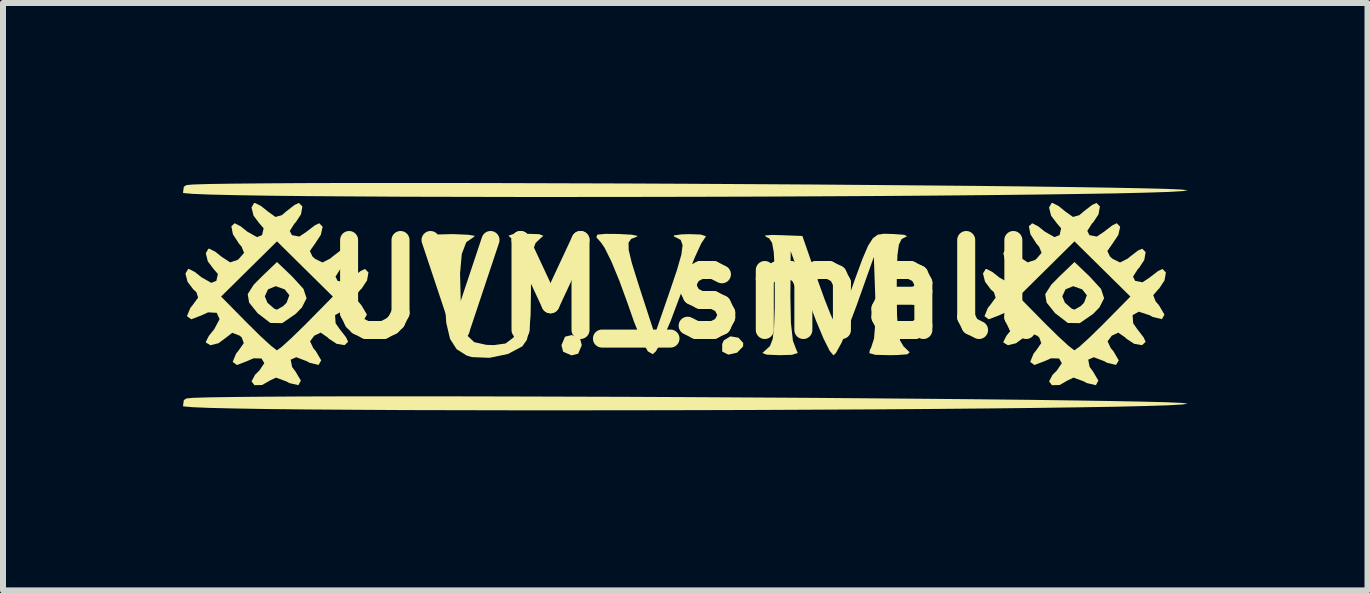
<source format=kicad_pcb>
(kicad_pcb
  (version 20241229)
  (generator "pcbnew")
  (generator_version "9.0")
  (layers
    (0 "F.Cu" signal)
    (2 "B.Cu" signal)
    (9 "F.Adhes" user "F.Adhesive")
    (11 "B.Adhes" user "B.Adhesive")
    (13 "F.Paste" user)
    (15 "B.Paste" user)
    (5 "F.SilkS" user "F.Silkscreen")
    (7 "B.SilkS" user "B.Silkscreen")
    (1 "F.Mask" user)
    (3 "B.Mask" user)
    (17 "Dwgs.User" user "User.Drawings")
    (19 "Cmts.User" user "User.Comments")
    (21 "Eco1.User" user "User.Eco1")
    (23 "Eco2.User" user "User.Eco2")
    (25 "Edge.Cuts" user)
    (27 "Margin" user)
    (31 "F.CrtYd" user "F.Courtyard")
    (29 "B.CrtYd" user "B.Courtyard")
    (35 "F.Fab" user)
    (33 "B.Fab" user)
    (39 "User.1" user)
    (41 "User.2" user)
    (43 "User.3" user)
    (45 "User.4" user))
  (footprint "UVM_small"
    (layer "F.Cu")
    (at 8.34 1.772)
    (property "Reference" "UVM_small" (at 0 0 0) (layer "F.SilkS") (effects (font (size 1.5 1.5) (thickness 0.3))))
    (attr board_only exclude_from_pos_files exclude_from_bom)
    (fp_poly (pts (xy -1.721 0.822) (xy -1.693 0.931) (xy -1.753 1.073) (xy -1.863 1.101) (xy -2.004 1.041) (xy -2.032 0.931) (xy -1.972 0.79) (xy -1.863 0.762)) (stroke (width 0) (type solid)) (fill yes) (layer "F.SilkS"))
    (fp_poly (pts (xy 0.919 0.807) (xy 0.998 0.895) (xy 0.995 0.953) (xy 0.896 1.056) (xy 0.749 1.089) (xy 0.648 1.038) (xy 0.647 0.911) (xy 0.674 0.851) (xy 0.785 0.784)) (stroke (width 0) (type solid)) (fill yes) (layer "F.SilkS"))
    (fp_poly (pts (xy -6.519 -0.212) (xy -6.332 -0.007) (xy -6.28 0.149) (xy -6.358 0.303) (xy -6.461 0.409) (xy -6.686 0.564) (xy -6.884 0.561) (xy -7.094 0.4) (xy -7.097 0.397) (xy -7.238 0.221) (xy -7.255 0.117) (xy -6.976 0.117) (xy -6.933 0.223) (xy -6.819 0.323) (xy -6.773 0.339) (xy -6.671 0.281) (xy -6.613 0.223) (xy -6.567 0.099) (xy -6.645 0.001) (xy -6.795 -0.052) (xy -6.923 0.001) (xy -6.976 0.117) (xy -7.255 0.117) (xy -7.261 0.08) (xy -7.16 -0.078) (xy -7.027 -0.212) (xy -6.773 -0.455)) (stroke (width 0) (type solid)) (fill yes) (layer "F.SilkS"))
    (fp_poly (pts (xy 6.773 -0.212) (xy 6.961 -0.007) (xy 7.013 0.149) (xy 6.934 0.303) (xy 6.831 0.409) (xy 6.607 0.564) (xy 6.408 0.561) (xy 6.199 0.4) (xy 6.195 0.397) (xy 6.054 0.221) (xy 6.037 0.117) (xy 6.316 0.117) (xy 6.359 0.223) (xy 6.474 0.323) (xy 6.519 0.339) (xy 6.622 0.281) (xy 6.679 0.223) (xy 6.725 0.099) (xy 6.647 0.001) (xy 6.498 -0.052) (xy 6.369 0.001) (xy 6.316 0.117) (xy 6.037 0.117) (xy 6.032 0.08) (xy 6.133 -0.078) (xy 6.265 -0.212) (xy 6.519 -0.455)) (stroke (width 0) (type solid)) (fill yes) (layer "F.SilkS"))
    (fp_poly (pts (xy -1.079 -0.922) (xy -0.862 -0.91) (xy -0.763 -0.89) (xy -0.783 -0.873) (xy -0.87 -0.84) (xy -0.914 -0.777) (xy -0.911 -0.654) (xy -0.86 -0.442) (xy -0.757 -0.111) (xy -0.704 0.054) (xy -0.476 0.754) (xy -0.238 0.067) (xy -0.107 -0.321) (xy -0.033 -0.579) (xy -0.013 -0.737) (xy -0.044 -0.823) (xy -0.124 -0.866) (xy -0.148 -0.873) (xy -0.163 -0.897) (xy -0.038 -0.915) (xy 0.085 -0.92) (xy 0.287 -0.913) (xy 0.376 -0.885) (xy 0.364 -0.864) (xy 0.297 -0.763) (xy 0.192 -0.535) (xy 0.064 -0.215) (xy -0.062 0.129) (xy -0.215 0.536) (xy -0.35 0.846) (xy -0.458 1.034) (xy -0.511 1.081) (xy -0.591 1.035) (xy -0.693 0.859) (xy -0.822 0.542) (xy -0.928 0.238) (xy -1.064 -0.135) (xy -1.197 -0.458) (xy -1.312 -0.691) (xy -1.373 -0.78) (xy -1.45 -0.867) (xy -1.435 -0.911) (xy -1.302 -0.924)) (stroke (width 0) (type solid)) (fill yes) (layer "F.SilkS"))
    (fp_poly (pts (xy -3.898 -1.772) (xy -2.953 -1.77) (xy -1.967 -1.767) (xy -0.952 -1.764) (xy 0.075 -1.759) (xy 1.103 -1.753) (xy 2.116 -1.747) (xy 3.102 -1.739) (xy 4.045 -1.731) (xy 4.932 -1.723) (xy 5.75 -1.714) (xy 6.483 -1.704) (xy 7.118 -1.694) (xy 7.642 -1.684) (xy 8.039 -1.674) (xy 8.297 -1.663) (xy 8.402 -1.652) (xy 8.403 -1.651) (xy 8.324 -1.637) (xy 8.09 -1.623) (xy 7.714 -1.611) (xy 7.211 -1.599) (xy 6.594 -1.589) (xy 5.876 -1.579) (xy 5.073 -1.57) (xy 4.197 -1.562) (xy 3.263 -1.555) (xy 2.284 -1.55) (xy 1.275 -1.545) (xy 0.249 -1.542) (xy -0.78 -1.54) (xy -1.798 -1.539) (xy -2.792 -1.539) (xy -3.746 -1.541) (xy -4.648 -1.543) (xy -5.484 -1.548) (xy -6.239 -1.553) (xy -6.901 -1.56) (xy -7.454 -1.569) (xy -7.885 -1.579) (xy -8.181 -1.591) (xy -8.327 -1.604) (xy -8.34 -1.609) (xy -8.326 -1.709) (xy -8.282 -1.737) (xy -8.172 -1.747) (xy -7.91 -1.755) (xy -7.508 -1.761) (xy -6.981 -1.766) (xy -6.342 -1.77) (xy -5.606 -1.772) (xy -4.787 -1.772)) (stroke (width 0) (type solid)) (fill yes) (layer "F.SilkS"))
    (fp_poly (pts (xy -3.898 1.784) (xy -2.953 1.786) (xy -1.967 1.789) (xy -0.952 1.792) (xy 0.075 1.797) (xy 1.103 1.803) (xy 2.116 1.809) (xy 3.102 1.817) (xy 4.045 1.825) (xy 4.932 1.833) (xy 5.75 1.842) (xy 6.483 1.852) (xy 7.118 1.862) (xy 7.642 1.872) (xy 8.039 1.882) (xy 8.297 1.893) (xy 8.402 1.904) (xy 8.403 1.905) (xy 8.324 1.919) (xy 8.09 1.933) (xy 7.714 1.945) (xy 7.211 1.957) (xy 6.594 1.967) (xy 5.876 1.977) (xy 5.073 1.986) (xy 4.197 1.994) (xy 3.263 2.001) (xy 2.284 2.006) (xy 1.275 2.011) (xy 0.249 2.014) (xy -0.78 2.016) (xy -1.798 2.017) (xy -2.792 2.017) (xy -3.746 2.015) (xy -4.648 2.013) (xy -5.484 2.008) (xy -6.239 2.003) (xy -6.901 1.996) (xy -7.454 1.987) (xy -7.885 1.977) (xy -8.181 1.965) (xy -8.327 1.952) (xy -8.34 1.947) (xy -8.326 1.847) (xy -8.282 1.819) (xy -8.172 1.809) (xy -7.91 1.801) (xy -7.508 1.795) (xy -6.981 1.79) (xy -6.342 1.786) (xy -5.606 1.784) (xy -4.787 1.784)) (stroke (width 0) (type solid)) (fill yes) (layer "F.SilkS"))
    (fp_poly (pts (xy -2.404 -0.919) (xy -2.334 -0.892) (xy -2.392 -0.84) (xy -2.463 -0.772) (xy -2.508 -0.649) (xy -2.531 -0.434) (xy -2.54 -0.095) (xy -2.54 0.033) (xy -2.546 0.425) (xy -2.567 0.684) (xy -2.61 0.845) (xy -2.68 0.945) (xy -2.688 0.953) (xy -2.923 1.078) (xy -3.232 1.142) (xy -3.526 1.13) (xy -3.614 1.103) (xy -3.78 0.997) (xy -3.889 0.826) (xy -3.952 0.558) (xy -3.977 0.164) (xy -3.979 -0.033) (xy -3.985 -0.398) (xy -4.007 -0.63) (xy -4.051 -0.765) (xy -4.124 -0.838) (xy -4.128 -0.84) (xy -4.175 -0.889) (xy -4.091 -0.914) (xy -3.858 -0.92) (xy -3.81 -0.919) (xy -3.585 -0.909) (xy -3.476 -0.891) (xy -3.492 -0.873) (xy -3.618 -0.786) (xy -3.693 -0.59) (xy -3.722 -0.267) (xy -3.711 0.176) (xy -3.677 0.538) (xy -3.61 0.763) (xy -3.486 0.881) (xy -3.283 0.926) (xy -3.157 0.93) (xy -2.963 0.903) (xy -2.832 0.804) (xy -2.754 0.608) (xy -2.717 0.288) (xy -2.709 -0.075) (xy -2.716 -0.429) (xy -2.74 -0.652) (xy -2.79 -0.779) (xy -2.857 -0.84) (xy -2.915 -0.893) (xy -2.842 -0.919) (xy -2.625 -0.926)) (stroke (width 0) (type solid)) (fill yes) (layer "F.SilkS"))
    (fp_poly (pts (xy 3.473 -0.922) (xy 3.499 -0.922) (xy 3.679 -0.908) (xy 3.732 -0.885) (xy 3.704 -0.873) (xy 3.636 -0.835) (xy 3.592 -0.743) (xy 3.568 -0.567) (xy 3.558 -0.274) (xy 3.556 0.018) (xy 3.561 0.421) (xy 3.578 0.689) (xy 3.613 0.855) (xy 3.671 0.953) (xy 3.704 0.983) (xy 3.772 1.05) (xy 3.731 1.084) (xy 3.557 1.096) (xy 3.44 1.098) (xy 3.199 1.092) (xy 3.099 1.064) (xy 3.111 1.002) (xy 3.126 0.982) (xy 3.178 0.822) (xy 3.203 0.517) (xy 3.2 0.162) (xy 3.175 -0.539) (xy 2.883 0.281) (xy 2.754 0.622) (xy 2.635 0.894) (xy 2.543 1.062) (xy 2.502 1.101) (xy 2.439 1.026) (xy 2.337 0.823) (xy 2.212 0.525) (xy 2.101 0.233) (xy 1.789 -0.635) (xy 1.784 0.131) (xy 1.793 0.563) (xy 1.826 0.858) (xy 1.88 0.999) (xy 1.907 1.062) (xy 1.81 1.092) (xy 1.604 1.098) (xy 1.386 1.089) (xy 1.317 1.061) (xy 1.376 1.009) (xy 1.444 0.946) (xy 1.488 0.831) (xy 1.512 0.632) (xy 1.523 0.316) (xy 1.524 0.044) (xy 1.521 -0.356) (xy 1.507 -0.618) (xy 1.479 -0.772) (xy 1.431 -0.849) (xy 1.376 -0.876) (xy 1.36 -0.897) (xy 1.485 -0.906) (xy 1.606 -0.903) (xy 1.984 -0.889) (xy 2.241 -0.148) (xy 2.357 0.174) (xy 2.457 0.426) (xy 2.526 0.571) (xy 2.544 0.592) (xy 2.599 0.521) (xy 2.678 0.343) (xy 2.703 0.275) (xy 2.867 -0.186) (xy 2.987 -0.512) (xy 3.079 -0.726) (xy 3.159 -0.851) (xy 3.24 -0.91) (xy 3.34 -0.926)) (stroke (width 0) (type solid)) (fill yes) (layer "F.SilkS"))
    (fp_poly (pts (xy -6.35 -1.381) (xy -6.373 -1.25) (xy -6.462 -1.115) (xy -6.481 -1.098) (xy -6.56 -0.973) (xy -6.525 -0.903) (xy -6.401 -0.879) (xy -6.282 -0.959) (xy -6.141 -1.067) (xy -6.068 -1.101) (xy -6.012 -1.042) (xy -6.044 -0.905) (xy -6.14 -0.76) (xy -6.225 -0.638) (xy -6.182 -0.547) (xy -6.139 -0.508) (xy -6.014 -0.447) (xy -5.883 -0.514) (xy -5.855 -0.539) (xy -5.716 -0.646) (xy -5.645 -0.677) (xy -5.588 -0.619) (xy -5.611 -0.488) (xy -5.7 -0.353) (xy -5.719 -0.336) (xy -5.798 -0.211) (xy -5.763 -0.141) (xy -5.639 -0.117) (xy -5.52 -0.197) (xy -5.379 -0.305) (xy -5.306 -0.339) (xy -5.249 -0.28) (xy -5.272 -0.149) (xy -5.36 -0.015) (xy -5.378 0.002) (xy -5.461 0.098) (xy -5.422 0.2) (xy -5.365 0.267) (xy -5.274 0.422) (xy -5.317 0.497) (xy -5.468 0.462) (xy -5.517 0.434) (xy -5.701 0.373) (xy -5.805 0.43) (xy -5.796 0.566) (xy -5.73 0.661) (xy -5.621 0.801) (xy -5.588 0.875) (xy -5.647 0.931) (xy -5.778 0.909) (xy -5.912 0.821) (xy -5.928 0.803) (xy -6.045 0.722) (xy -6.152 0.773) (xy -6.222 0.867) (xy -6.169 0.98) (xy -6.127 1.029) (xy -6.036 1.184) (xy -6.08 1.26) (xy -6.232 1.224) (xy -6.273 1.2) (xy -6.452 1.132) (xy -6.545 1.173) (xy -6.521 1.295) (xy -6.469 1.364) (xy -6.375 1.521) (xy -6.417 1.598) (xy -6.568 1.563) (xy -6.618 1.535) (xy -6.79 1.472) (xy -6.885 1.517) (xy -7.021 1.595) (xy -7.149 1.598) (xy -7.197 1.534) (xy -7.139 1.425) (xy -7.066 1.352) (xy -6.985 1.231) (xy -7.031 1.153) (xy -7.164 1.15) (xy -7.268 1.196) (xy -7.44 1.262) (xy -7.512 1.21) (xy -7.455 1.072) (xy -7.42 1.029) (xy -7.327 0.897) (xy -7.36 0.804) (xy -7.395 0.773) (xy -7.519 0.725) (xy -7.619 0.803) (xy -7.748 0.899) (xy -7.883 0.932) (xy -7.957 0.888) (xy -7.959 0.875) (xy -7.908 0.775) (xy -7.817 0.661) (xy -7.73 0.497) (xy -7.777 0.392) (xy -7.922 0.384) (xy -8.03 0.434) (xy -8.202 0.5) (xy -8.274 0.448) (xy -8.217 0.31) (xy -8.182 0.267) (xy -8.088 0.138) (xy -8.093 0.121) (xy -7.705 0.121) (xy -7.263 0.569) (xy -7.044 0.785) (xy -6.871 0.943) (xy -6.778 1.015) (xy -6.773 1.016) (xy -6.695 0.96) (xy -6.532 0.812) (xy -6.317 0.603) (xy -6.283 0.569) (xy -5.842 0.121) (xy -6.308 -0.339) (xy -6.773 -0.799) (xy -7.239 -0.339) (xy -7.705 0.121) (xy -8.093 0.121) (xy -8.117 0.048) (xy -8.168 0.002) (xy -8.265 -0.127) (xy -8.299 -0.263) (xy -8.255 -0.337) (xy -8.241 -0.339) (xy -8.141 -0.288) (xy -8.027 -0.197) (xy -7.868 -0.108) (xy -7.784 -0.141) (xy -7.758 -0.255) (xy -7.828 -0.336) (xy -7.926 -0.465) (xy -7.96 -0.601) (xy -7.917 -0.676) (xy -7.902 -0.677) (xy -7.802 -0.627) (xy -7.692 -0.539) (xy -7.553 -0.449) (xy -7.432 -0.489) (xy -7.408 -0.508) (xy -7.322 -0.608) (xy -7.363 -0.71) (xy -7.406 -0.76) (xy -7.508 -0.917) (xy -7.534 -1.05) (xy -7.479 -1.101) (xy -7.379 -1.05) (xy -7.265 -0.959) (xy -7.106 -0.87) (xy -7.022 -0.903) (xy -6.996 -1.017) (xy -7.066 -1.098) (xy -7.164 -1.227) (xy -7.198 -1.363) (xy -7.155 -1.438) (xy -7.14 -1.439) (xy -7.04 -1.389) (xy -6.928 -1.299) (xy -6.799 -1.206) (xy -6.694 -1.235) (xy -6.619 -1.299) (xy -6.479 -1.407) (xy -6.407 -1.439)) (stroke (width 0) (type solid)) (fill yes) (layer "F.SilkS"))
    (fp_poly (pts (xy 6.943 -1.381) (xy 6.92 -1.25) (xy 6.831 -1.115) (xy 6.812 -1.098) (xy 6.733 -0.973) (xy 6.768 -0.903) (xy 6.891 -0.879) (xy 7.011 -0.959) (xy 7.151 -1.067) (xy 7.224 -1.101) (xy 7.281 -1.042) (xy 7.249 -0.905) (xy 7.152 -0.76) (xy 7.067 -0.638) (xy 7.11 -0.547) (xy 7.154 -0.508) (xy 7.279 -0.447) (xy 7.41 -0.514) (xy 7.438 -0.539) (xy 7.577 -0.646) (xy 7.648 -0.677) (xy 7.705 -0.619) (xy 7.682 -0.488) (xy 7.593 -0.353) (xy 7.574 -0.336) (xy 7.495 -0.211) (xy 7.53 -0.141) (xy 7.653 -0.117) (xy 7.773 -0.197) (xy 7.913 -0.305) (xy 7.987 -0.339) (xy 8.043 -0.28) (xy 8.02 -0.149) (xy 7.932 -0.015) (xy 7.914 0.002) (xy 7.832 0.098) (xy 7.871 0.2) (xy 7.928 0.267) (xy 8.019 0.422) (xy 7.976 0.497) (xy 7.825 0.462) (xy 7.776 0.434) (xy 7.592 0.373) (xy 7.488 0.43) (xy 7.497 0.566) (xy 7.563 0.661) (xy 7.671 0.801) (xy 7.705 0.875) (xy 7.646 0.931) (xy 7.515 0.909) (xy 7.381 0.821) (xy 7.365 0.803) (xy 7.248 0.722) (xy 7.141 0.773) (xy 7.071 0.867) (xy 7.123 0.98) (xy 7.166 1.029) (xy 7.257 1.184) (xy 7.212 1.26) (xy 7.06 1.224) (xy 7.02 1.2) (xy 6.841 1.132) (xy 6.748 1.173) (xy 6.772 1.295) (xy 6.824 1.364) (xy 6.917 1.521) (xy 6.876 1.598) (xy 6.725 1.563) (xy 6.675 1.535) (xy 6.503 1.472) (xy 6.408 1.517) (xy 6.272 1.595) (xy 6.143 1.598) (xy 6.096 1.534) (xy 6.154 1.425) (xy 6.227 1.352) (xy 6.308 1.231) (xy 6.262 1.153) (xy 6.129 1.15) (xy 6.025 1.196) (xy 5.852 1.262) (xy 5.781 1.21) (xy 5.837 1.072) (xy 5.873 1.029) (xy 5.965 0.897) (xy 5.932 0.804) (xy 5.898 0.773) (xy 5.774 0.725) (xy 5.674 0.803) (xy 5.545 0.899) (xy 5.409 0.932) (xy 5.336 0.888) (xy 5.334 0.875) (xy 5.385 0.775) (xy 5.476 0.661) (xy 5.562 0.497) (xy 5.516 0.392) (xy 5.371 0.384) (xy 5.263 0.434) (xy 5.09 0.5) (xy 5.019 0.448) (xy 5.075 0.31) (xy 5.111 0.267) (xy 5.205 0.138) (xy 5.199 0.121) (xy 5.588 0.121) (xy 6.029 0.569) (xy 6.249 0.785) (xy 6.421 0.943) (xy 6.514 1.015) (xy 6.519 1.016) (xy 6.598 0.96) (xy 6.761 0.812) (xy 6.975 0.603) (xy 7.009 0.569) (xy 7.451 0.121) (xy 6.985 -0.339) (xy 6.519 -0.799) (xy 6.054 -0.339) (xy 5.588 0.121) (xy 5.199 0.121) (xy 5.176 0.048) (xy 5.124 0.002) (xy 5.028 -0.127) (xy 4.994 -0.263) (xy 5.038 -0.337) (xy 5.052 -0.339) (xy 5.152 -0.288) (xy 5.266 -0.197) (xy 5.424 -0.108) (xy 5.509 -0.141) (xy 5.534 -0.255) (xy 5.465 -0.336) (xy 5.367 -0.465) (xy 5.333 -0.601) (xy 5.376 -0.676) (xy 5.391 -0.677) (xy 5.491 -0.627) (xy 5.601 -0.539) (xy 5.74 -0.449) (xy 5.861 -0.489) (xy 5.885 -0.508) (xy 5.971 -0.608) (xy 5.929 -0.71) (xy 5.886 -0.76) (xy 5.785 -0.917) (xy 5.759 -1.05) (xy 5.814 -1.101) (xy 5.914 -1.05) (xy 6.028 -0.959) (xy 6.186 -0.87) (xy 6.271 -0.903) (xy 6.296 -1.017) (xy 6.227 -1.098) (xy 6.129 -1.227) (xy 6.095 -1.363) (xy 6.138 -1.438) (xy 6.153 -1.439) (xy 6.253 -1.389) (xy 6.364 -1.299) (xy 6.494 -1.206) (xy 6.599 -1.235) (xy 6.674 -1.299) (xy 6.814 -1.407) (xy 6.886 -1.439)) (stroke (width 0) (type solid)) (fill yes) (layer "F.SilkS")))
  (gr_rect
    (start -3 -3)
    (end 19.743 6.79)
    (stroke (width 0.1) (type default))
    (fill no)
    (layer "Edge.Cuts")))
</source>
